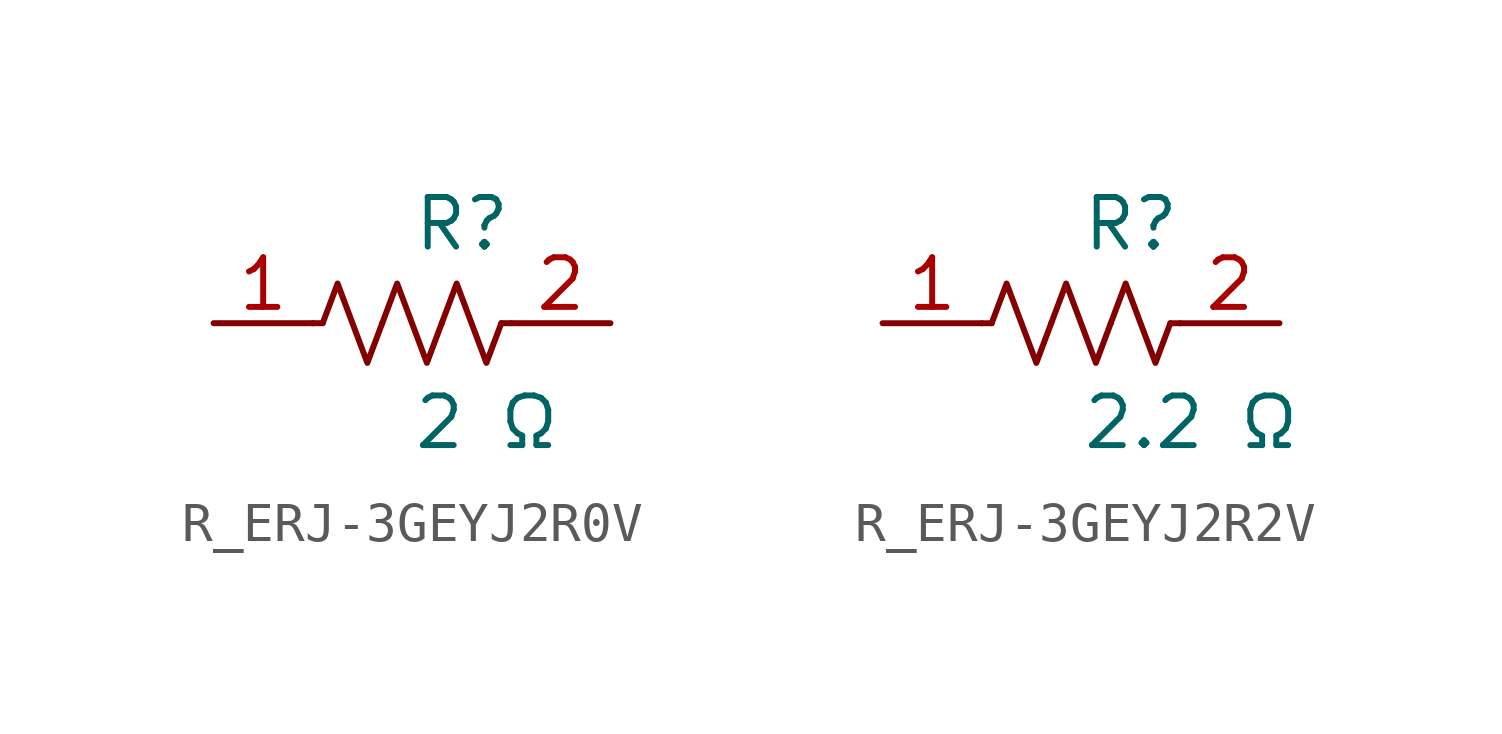
<source format=kicad_sym>
(kicad_symbol_lib
  (version 20231120)
  (generator kicad_symbol_editor)
  (generator_version 8.0)
  (symbol "R_ERJ-3GEYJ2R0V"
    (pin_names
      (offset 0.254))
    (property "Reference" "R"
      (at 0.0 2.54 0)
      (effects (font (size 1.27 1.27)) (justify left)))
    (property "Value" "2 Ω"
      (at 0.0 -2.54 0)
      (effects (font (size 1.27 1.27)) (justify left)))
    (symbol "R_ERJ-3GEYJ2R0V_0_1"
      (polyline (pts (xy 2.286 0) (xy 2.54 0)) (stroke (width 0) (type default)) (fill (type none)))
      (polyline (pts (xy -2.286 0) (xy -2.54 0)) (stroke (width 0) (type default)) (fill (type none)))
      (polyline (pts (xy 0.762 0) (xy 1.143 1.016) (xy 1.524 0) (xy 1.905 -1.016) (xy 2.286 0)) (stroke (width 0) (type default)) (fill (type none)))
      (polyline (pts (xy -0.762 0) (xy -0.381 1.016) (xy 0 0) (xy 0.381 -1.016) (xy 0.762 0)) (stroke (width 0) (type default)) (fill (type none)))
      (polyline (pts (xy -2.286 0) (xy -1.905 1.016) (xy -1.524 0) (xy -1.143 -1.016) (xy -0.762 0)) (stroke (width 0) (type default)) (fill (type none))))
    (pin unspecified line
      (at -5.08 0 0)
      (length 2.54)
      (name "" (effects (font (size 1.27 1.27))))
      (number "1" (effects (font (size 1.27 1.27)))))
    (pin unspecified line
      (at 5.08 0 180)
      (length 2.54)
      (name "" (effects (font (size 1.27 1.27))))
      (number "2" (effects (font (size 1.27 1.27))))))
  (symbol "R_ERJ-3GEYJ2R2V"
    (pin_names
      (offset 0.254))
    (property "Reference" "R"
      (at 0.0 2.54 0)
      (effects (font (size 1.27 1.27)) (justify left)))
    (property "Value" "2.2 Ω"
      (at 0.0 -2.54 0)
      (effects (font (size 1.27 1.27)) (justify left)))
    (symbol "R_ERJ-3GEYJ2R2V_0_1"
      (polyline (pts (xy 2.286 0) (xy 2.54 0)) (stroke (width 0) (type default)) (fill (type none)))
      (polyline (pts (xy -2.286 0) (xy -2.54 0)) (stroke (width 0) (type default)) (fill (type none)))
      (polyline (pts (xy 0.762 0) (xy 1.143 1.016) (xy 1.524 0) (xy 1.905 -1.016) (xy 2.286 0)) (stroke (width 0) (type default)) (fill (type none)))
      (polyline (pts (xy -0.762 0) (xy -0.381 1.016) (xy 0 0) (xy 0.381 -1.016) (xy 0.762 0)) (stroke (width 0) (type default)) (fill (type none)))
      (polyline (pts (xy -2.286 0) (xy -1.905 1.016) (xy -1.524 0) (xy -1.143 -1.016) (xy -0.762 0)) (stroke (width 0) (type default)) (fill (type none))))
    (pin unspecified line
      (at -5.08 0 0)
      (length 2.54)
      (name "" (effects (font (size 1.27 1.27))))
      (number "1" (effects (font (size 1.27 1.27)))))
    (pin unspecified line
      (at 5.08 0 180)
      (length 2.54)
      (name "" (effects (font (size 1.27 1.27))))
      (number "2" (effects (font (size 1.27 1.27)))))))
</source>
